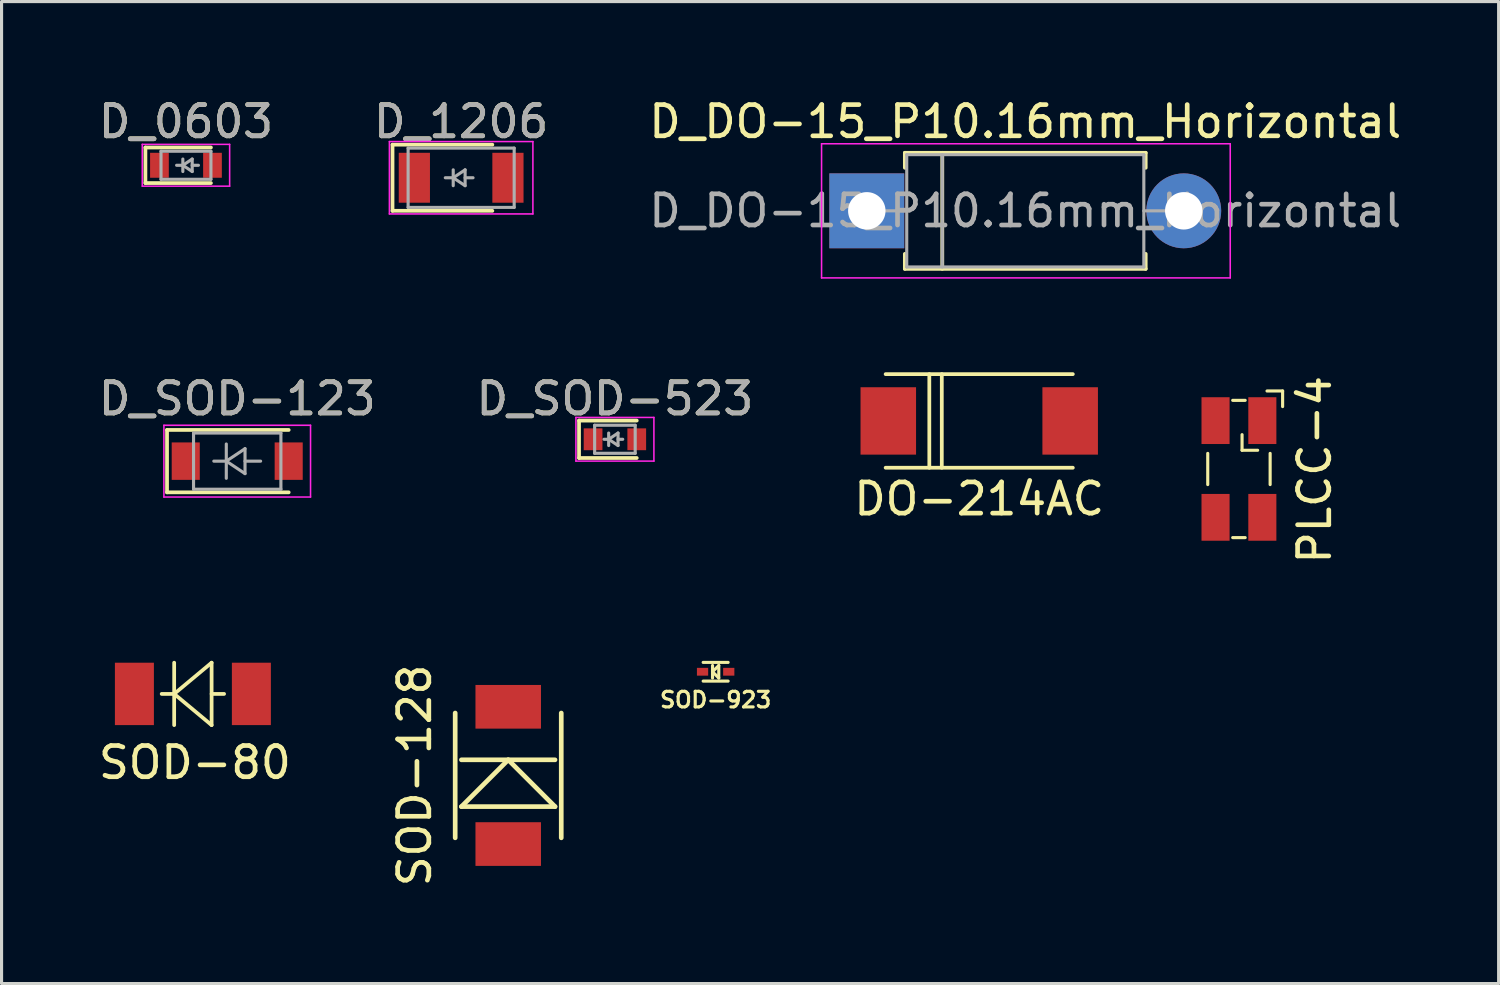
<source format=kicad_pcb>
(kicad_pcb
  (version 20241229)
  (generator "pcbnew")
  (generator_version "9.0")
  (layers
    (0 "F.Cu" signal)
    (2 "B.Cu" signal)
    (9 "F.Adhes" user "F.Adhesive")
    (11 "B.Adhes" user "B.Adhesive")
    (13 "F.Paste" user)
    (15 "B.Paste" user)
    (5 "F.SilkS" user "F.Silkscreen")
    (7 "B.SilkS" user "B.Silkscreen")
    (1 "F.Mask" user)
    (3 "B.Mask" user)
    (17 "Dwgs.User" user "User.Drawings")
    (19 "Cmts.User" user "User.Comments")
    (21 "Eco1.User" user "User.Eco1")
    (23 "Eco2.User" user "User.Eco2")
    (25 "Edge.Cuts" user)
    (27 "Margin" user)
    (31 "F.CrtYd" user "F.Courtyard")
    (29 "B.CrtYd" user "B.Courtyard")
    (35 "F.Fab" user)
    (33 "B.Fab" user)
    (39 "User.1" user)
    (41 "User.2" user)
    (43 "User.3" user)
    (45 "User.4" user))
  (footprint "DO-214AC"
    (layer "F.Cu")
    (at 28.339 10.443)
    (property "Reference" "DO-214AC" (at 0 2.5 0) (layer "F.SilkS") (effects (font (size 1 1) (thickness 0.15))))
    (attr smd)
    (fp_line (start -3 -1.5) (end 3 -1.5) (stroke (width 0.12) (type solid)) (layer "F.SilkS"))
    (fp_line (start -3 1.5) (end 3 1.5) (stroke (width 0.12) (type solid)) (layer "F.SilkS"))
    (fp_line (start -1.6 -1.5) (end -1.6 1.5) (stroke (width 0.12) (type solid)) (layer "F.SilkS"))
    (fp_line (start -1.2 1.5) (end -1.2 -1.5) (stroke (width 0.12) (type solid)) (layer "F.SilkS"))
    (pad "1" smd rect (at -2.915 0) (size 1.78 2.16) (layers "F.Cu" "F.Mask" "F.Paste"))
    (pad "2" smd rect (at 2.915 0) (size 1.78 2.16) (layers "F.Cu" "F.Mask" "F.Paste")))
  (footprint "SOD-80"
    (layer "F.Cu")
    (at 3.133 19.193)
    (property "Reference" "SOD-80" (at 0.064 2.2 0) (layer "F.SilkS") (effects (font (size 1 1) (thickness 0.15))))
    (attr through_hole)
    (fp_line (start -1 0) (end -0.6 0) (stroke (width 0.12) (type solid)) (layer "F.SilkS"))
    (fp_line (start -0.6 -1) (end -0.6 1) (stroke (width 0.12) (type solid)) (layer "F.SilkS"))
    (fp_line (start -0.6 0) (end 0.6 -1) (stroke (width 0.12) (type solid)) (layer "F.SilkS"))
    (fp_line (start 0.6 -1) (end 0.6 1) (stroke (width 0.12) (type solid)) (layer "F.SilkS"))
    (fp_line (start 0.6 0) (end 1 0) (stroke (width 0.12) (type solid)) (layer "F.SilkS"))
    (fp_line (start 0.6 1) (end -0.6 0) (stroke (width 0.12) (type solid)) (layer "F.SilkS"))
    (pad "1" smd rect (at -1.875 0) (size 1.25 2) (layers "F.Cu" "F.Mask" "F.Paste"))
    (pad "2" smd rect (at 1.875 0) (size 1.25 2) (layers "F.Cu" "F.Mask" "F.Paste")))
  (footprint "D_1206"
    (layer "F.Cu")
    (at 11.732 2.648)
    (property "Reference" "D_1206" (at 0 -1.8 0) (layer "F.SilkS") (effects (font (size 1 1) (thickness 0.15))))
    (attr smd)
    (fp_line (start -2.2 -1.06) (end -2.2 1.06) (stroke (width 0.12) (type solid)) (layer "F.SilkS"))
    (fp_line (start -2.2 1.06) (end 1 1.06) (stroke (width 0.12) (type solid)) (layer "F.SilkS"))
    (fp_line (start 1 -1.06) (end -2.2 -1.06) (stroke (width 0.12) (type solid)) (layer "F.SilkS"))
    (fp_line (start -2.3 -1.16) (end -2.3 1.16) (stroke (width 0.05) (type solid)) (layer "F.CrtYd"))
    (fp_line (start -2.3 -1.16) (end 2.3 -1.16) (stroke (width 0.05) (type solid)) (layer "F.CrtYd"))
    (fp_line (start -2.3 1.16) (end 2.3 1.16) (stroke (width 0.05) (type solid)) (layer "F.CrtYd"))
    (fp_line (start 2.3 -1.16) (end 2.3 1.16) (stroke (width 0.05) (type solid)) (layer "F.CrtYd"))
    (fp_line (start -1.7 -0.95) (end 1.7 -0.95) (stroke (width 0.1) (type solid)) (layer "F.Fab"))
    (fp_line (start -1.7 0.95) (end -1.7 -0.95) (stroke (width 0.1) (type solid)) (layer "F.Fab"))
    (fp_line (start -0.254 -0.254) (end -0.254 0.254) (stroke (width 0.1) (type solid)) (layer "F.Fab"))
    (fp_line (start -0.254 0) (end -0.508 0) (stroke (width 0.1) (type solid)) (layer "F.Fab"))
    (fp_line (start -0.254 0) (end 0.127 -0.254) (stroke (width 0.1) (type solid)) (layer "F.Fab"))
    (fp_line (start 0.127 -0.254) (end 0.127 0.254) (stroke (width 0.1) (type solid)) (layer "F.Fab"))
    (fp_line (start 0.127 0) (end 0.381 0) (stroke (width 0.1) (type solid)) (layer "F.Fab"))
    (fp_line (start 0.127 0.254) (end -0.254 0) (stroke (width 0.1) (type solid)) (layer "F.Fab"))
    (fp_line (start 1.7 -0.95) (end 1.7 0.95) (stroke (width 0.1) (type solid)) (layer "F.Fab"))
    (fp_line (start 1.7 0.95) (end -1.7 0.95) (stroke (width 0.1) (type solid)) (layer "F.Fab"))
    (fp_text user "${REFERENCE}" (at 0 -1.8 0) (layer "F.Fab") (effects (font (size 1 1) (thickness 0.15))))
    (pad "1" smd rect (at -1.5 0) (size 1 1.6) (layers "F.Cu" "F.Mask" "F.Paste"))
    (pad "2" smd rect (at 1.5 0) (size 1 1.6) (layers "F.Cu" "F.Mask" "F.Paste")))
  (footprint "D_SOD-523"
    (layer "F.Cu")
    (at 16.661 11.031)
    (property "Reference" "D_SOD-523" (at 0 -1.3 0) (layer "F.SilkS") (effects (font (size 1 1) (thickness 0.15))))
    (attr smd)
    (fp_line (start -1.15 -0.6) (end -1.15 0.6) (stroke (width 0.12) (type solid)) (layer "F.SilkS"))
    (fp_line (start 0.7 -0.6) (end -1.15 -0.6) (stroke (width 0.12) (type solid)) (layer "F.SilkS"))
    (fp_line (start 0.7 0.6) (end -1.15 0.6) (stroke (width 0.12) (type solid)) (layer "F.SilkS"))
    (fp_line (start -1.25 -0.7) (end 1.25 -0.7) (stroke (width 0.05) (type solid)) (layer "F.CrtYd"))
    (fp_line (start -1.25 0.7) (end -1.25 -0.7) (stroke (width 0.05) (type solid)) (layer "F.CrtYd"))
    (fp_line (start 1.25 -0.7) (end 1.25 0.7) (stroke (width 0.05) (type solid)) (layer "F.CrtYd"))
    (fp_line (start 1.25 0.7) (end -1.25 0.7) (stroke (width 0.05) (type solid)) (layer "F.CrtYd"))
    (fp_line (start -0.65 -0.45) (end 0.65 -0.45) (stroke (width 0.1) (type solid)) (layer "F.Fab"))
    (fp_line (start -0.65 0.45) (end -0.65 -0.45) (stroke (width 0.1) (type solid)) (layer "F.Fab"))
    (fp_line (start -0.2 0) (end -0.35 0) (stroke (width 0.1) (type solid)) (layer "F.Fab"))
    (fp_line (start -0.2 0) (end 0.1 0.2) (stroke (width 0.1) (type solid)) (layer "F.Fab"))
    (fp_line (start -0.2 0.2) (end -0.2 -0.2) (stroke (width 0.1) (type solid)) (layer "F.Fab"))
    (fp_line (start 0.1 -0.2) (end -0.2 0) (stroke (width 0.1) (type solid)) (layer "F.Fab"))
    (fp_line (start 0.1 0) (end 0.25 0) (stroke (width 0.1) (type solid)) (layer "F.Fab"))
    (fp_line (start 0.1 0.2) (end 0.1 -0.2) (stroke (width 0.1) (type solid)) (layer "F.Fab"))
    (fp_line (start 0.65 -0.45) (end 0.65 0.45) (stroke (width 0.1) (type solid)) (layer "F.Fab"))
    (fp_line (start 0.65 0.45) (end -0.65 0.45) (stroke (width 0.1) (type solid)) (layer "F.Fab"))
    (fp_text user "${REFERENCE}" (at 0 -1.3 0) (layer "F.Fab") (effects (font (size 1 1) (thickness 0.15))))
    (pad "1" smd rect (at -0.7 0 180) (size 0.6 0.7) (layers "F.Cu" "F.Mask" "F.Paste"))
    (pad "2" smd rect (at 0.7 0 180) (size 0.6 0.7) (layers "F.Cu" "F.Mask" "F.Paste")))
  (footprint "D_DO-15_P10.16mm_Horizontal"
    (layer "F.Cu")
    (at 24.735 3.708)
    (property "Reference" "D_DO-15_P10.16mm_Horizontal" (at 5.08 -2.86 0) (layer "F.SilkS") (effects (font (size 1 1) (thickness 0.15))))
    (attr through_hole)
    (fp_line (start 1.22 -1.86) (end 8.94 -1.86) (stroke (width 0.12) (type solid)) (layer "F.SilkS"))
    (fp_line (start 1.22 -1.38) (end 1.22 -1.86) (stroke (width 0.12) (type solid)) (layer "F.SilkS"))
    (fp_line (start 1.22 1.38) (end 1.22 1.86) (stroke (width 0.12) (type solid)) (layer "F.SilkS"))
    (fp_line (start 1.22 1.86) (end 8.94 1.86) (stroke (width 0.12) (type solid)) (layer "F.SilkS"))
    (fp_line (start 2.42 -1.86) (end 2.42 1.86) (stroke (width 0.12) (type solid)) (layer "F.SilkS"))
    (fp_line (start 8.94 -1.86) (end 8.94 -1.38) (stroke (width 0.12) (type solid)) (layer "F.SilkS"))
    (fp_line (start 8.94 1.86) (end 8.94 1.38) (stroke (width 0.12) (type solid)) (layer "F.SilkS"))
    (fp_line (start -1.45 -2.15) (end -1.45 2.15) (stroke (width 0.05) (type solid)) (layer "F.CrtYd"))
    (fp_line (start -1.45 2.15) (end 11.65 2.15) (stroke (width 0.05) (type solid)) (layer "F.CrtYd"))
    (fp_line (start 11.65 -2.15) (end -1.45 -2.15) (stroke (width 0.05) (type solid)) (layer "F.CrtYd"))
    (fp_line (start 11.65 2.15) (end 11.65 -2.15) (stroke (width 0.05) (type solid)) (layer "F.CrtYd"))
    (fp_line (start 0 0) (end 1.28 0) (stroke (width 0.1) (type solid)) (layer "F.Fab"))
    (fp_line (start 1.28 -1.8) (end 1.28 1.8) (stroke (width 0.1) (type solid)) (layer "F.Fab"))
    (fp_line (start 1.28 1.8) (end 8.88 1.8) (stroke (width 0.1) (type solid)) (layer "F.Fab"))
    (fp_line (start 2.42 -1.8) (end 2.42 1.8) (stroke (width 0.1) (type solid)) (layer "F.Fab"))
    (fp_line (start 8.88 -1.8) (end 1.28 -1.8) (stroke (width 0.1) (type solid)) (layer "F.Fab"))
    (fp_line (start 8.88 1.8) (end 8.88 -1.8) (stroke (width 0.1) (type solid)) (layer "F.Fab"))
    (fp_line (start 10.16 0) (end 8.88 0) (stroke (width 0.1) (type solid)) (layer "F.Fab"))
    (fp_text user "${REFERENCE}" (at 5.08 0 0) (layer "F.Fab") (effects (font (size 1 1) (thickness 0.15))))
    (pad "1" thru_hole rect (at 0 0) (size 2.4 2.4) (drill 1.2) (layers "*.Cu" "*.Mask"))
    (pad "2" thru_hole oval (at 10.16 0) (size 2.4 2.4) (drill 1.2) (layers "*.Cu" "*.Mask")))
  (footprint "SOD-128"
    (layer "F.Cu")
    (at 13.241 21.806)
    (property "Reference" "SOD-128" (at -3 0 270) (layer "F.SilkS") (effects (font (size 1 1) (thickness 0.15))))
    (attr smd)
    (fp_line (start -1.7 -2) (end -1.7 2) (stroke (width 0.15) (type solid)) (layer "F.SilkS"))
    (fp_line (start -1.5 -0.5) (end 1.5 -0.5) (stroke (width 0.15) (type solid)) (layer "F.SilkS"))
    (fp_line (start -1.5 1) (end 0 -0.5) (stroke (width 0.15) (type solid)) (layer "F.SilkS"))
    (fp_line (start 0 -0.5) (end 1.5 1) (stroke (width 0.15) (type solid)) (layer "F.SilkS"))
    (fp_line (start 1.5 1) (end -1.5 1) (stroke (width 0.15) (type solid)) (layer "F.SilkS"))
    (fp_line (start 1.7 -2) (end 1.7 2) (stroke (width 0.15) (type solid)) (layer "F.SilkS"))
    (pad "1" smd rect (at 0 -2.2 270) (size 1.4 2.1) (layers "F.Cu" "F.Mask" "F.Paste"))
    (pad "2" smd rect (at 0 2.2 270) (size 1.4 2.1) (layers "F.Cu" "F.Mask" "F.Paste")))
  (footprint "SOD-923"
    (layer "F.Cu")
    (at 19.89 18.483)
    (property "Reference" "SOD-923" (at 0 0.9 0) (layer "F.SilkS") (effects (font (size 0.5 0.5) (thickness 0.1))))
    (attr through_hole)
    (fp_line (start -0.4 0.3) (end 0.4 0.3) (stroke (width 0.1) (type solid)) (layer "F.SilkS"))
    (fp_line (start -0.1 -0.2) (end -0.1 0.2) (stroke (width 0.1) (type solid)) (layer "F.SilkS"))
    (fp_line (start -0.1 0) (end 0.1 0.2) (stroke (width 0.1) (type solid)) (layer "F.SilkS"))
    (fp_line (start 0.1 -0.2) (end -0.1 0) (stroke (width 0.1) (type solid)) (layer "F.SilkS"))
    (fp_line (start 0.1 0.2) (end 0.1 -0.2) (stroke (width 0.1) (type solid)) (layer "F.SilkS"))
    (fp_line (start 0.4 -0.3) (end -0.4 -0.3) (stroke (width 0.1) (type solid)) (layer "F.SilkS"))
    (pad "1" smd rect (at -0.42 0) (size 0.36 0.25) (layers "F.Cu" "F.Mask" "F.Paste"))
    (pad "2" smd rect (at 0.42 0) (size 0.36 0.25) (layers "F.Cu" "F.Mask" "F.Paste")))
  (footprint "D_SOD-123"
    (layer "F.Cu")
    (at 4.554 11.732)
    (property "Reference" "D_SOD-123" (at 0 -2 0) (layer "F.SilkS") (effects (font (size 1 1) (thickness 0.15))))
    (attr smd)
    (fp_line (start -2.25 -1) (end -2.25 1) (stroke (width 0.12) (type solid)) (layer "F.SilkS"))
    (fp_line (start -2.25 -1) (end 1.65 -1) (stroke (width 0.12) (type solid)) (layer "F.SilkS"))
    (fp_line (start -2.25 1) (end 1.65 1) (stroke (width 0.12) (type solid)) (layer "F.SilkS"))
    (fp_line (start -2.35 -1.15) (end -2.35 1.15) (stroke (width 0.05) (type solid)) (layer "F.CrtYd"))
    (fp_line (start -2.35 -1.15) (end 2.35 -1.15) (stroke (width 0.05) (type solid)) (layer "F.CrtYd"))
    (fp_line (start 2.35 -1.15) (end 2.35 1.15) (stroke (width 0.05) (type solid)) (layer "F.CrtYd"))
    (fp_line (start 2.35 1.15) (end -2.35 1.15) (stroke (width 0.05) (type solid)) (layer "F.CrtYd"))
    (fp_line (start -1.4 -0.9) (end 1.4 -0.9) (stroke (width 0.1) (type solid)) (layer "F.Fab"))
    (fp_line (start -1.4 0.9) (end -1.4 -0.9) (stroke (width 0.1) (type solid)) (layer "F.Fab"))
    (fp_line (start -0.75 0) (end -0.35 0) (stroke (width 0.1) (type solid)) (layer "F.Fab"))
    (fp_line (start -0.35 0) (end -0.35 -0.55) (stroke (width 0.1) (type solid)) (layer "F.Fab"))
    (fp_line (start -0.35 0) (end -0.35 0.55) (stroke (width 0.1) (type solid)) (layer "F.Fab"))
    (fp_line (start -0.35 0) (end 0.25 -0.4) (stroke (width 0.1) (type solid)) (layer "F.Fab"))
    (fp_line (start 0.25 -0.4) (end 0.25 0.4) (stroke (width 0.1) (type solid)) (layer "F.Fab"))
    (fp_line (start 0.25 0) (end 0.75 0) (stroke (width 0.1) (type solid)) (layer "F.Fab"))
    (fp_line (start 0.25 0.4) (end -0.35 0) (stroke (width 0.1) (type solid)) (layer "F.Fab"))
    (fp_line (start 1.4 -0.9) (end 1.4 0.9) (stroke (width 0.1) (type solid)) (layer "F.Fab"))
    (fp_line (start 1.4 0.9) (end -1.4 0.9) (stroke (width 0.1) (type solid)) (layer "F.Fab"))
    (fp_text user "${REFERENCE}" (at 0 -2 0) (layer "F.Fab") (effects (font (size 1 1) (thickness 0.15))))
    (pad "1" smd rect (at -1.65 0) (size 0.9 1.2) (layers "F.Cu" "F.Mask" "F.Paste"))
    (pad "2" smd rect (at 1.65 0) (size 0.9 1.2) (layers "F.Cu" "F.Mask" "F.Paste")))
  (footprint "D_0603"
    (layer "F.Cu")
    (at 2.911 2.248)
    (property "Reference" "D_0603" (at 0 -1.4 0) (layer "F.SilkS") (effects (font (size 1 1) (thickness 0.15))))
    (attr smd)
    (fp_line (start -1.3 -0.57) (end -1.3 0.57) (stroke (width 0.12) (type solid)) (layer "F.SilkS"))
    (fp_line (start -1.3 -0.57) (end 0.8 -0.57) (stroke (width 0.12) (type solid)) (layer "F.SilkS"))
    (fp_line (start -1.3 0.57) (end 0.8 0.57) (stroke (width 0.12) (type solid)) (layer "F.SilkS"))
    (fp_line (start -1.4 -0.67) (end -1.4 0.67) (stroke (width 0.05) (type solid)) (layer "F.CrtYd"))
    (fp_line (start -1.4 0.67) (end 1.4 0.67) (stroke (width 0.05) (type solid)) (layer "F.CrtYd"))
    (fp_line (start 1.4 -0.67) (end -1.4 -0.67) (stroke (width 0.05) (type solid)) (layer "F.CrtYd"))
    (fp_line (start 1.4 0.67) (end 1.4 -0.67) (stroke (width 0.05) (type solid)) (layer "F.CrtYd"))
    (fp_line (start -0.8 -0.45) (end 0.8 -0.45) (stroke (width 0.1) (type solid)) (layer "F.Fab"))
    (fp_line (start -0.8 0.45) (end -0.8 -0.45) (stroke (width 0.1) (type solid)) (layer "F.Fab"))
    (fp_line (start -0.1 -0.2) (end -0.1 0.2) (stroke (width 0.1) (type solid)) (layer "F.Fab"))
    (fp_line (start -0.1 0) (end -0.3 0) (stroke (width 0.1) (type solid)) (layer "F.Fab"))
    (fp_line (start -0.1 0) (end 0.2 0.2) (stroke (width 0.1) (type solid)) (layer "F.Fab"))
    (fp_line (start 0.2 -0.2) (end -0.1 0) (stroke (width 0.1) (type solid)) (layer "F.Fab"))
    (fp_line (start 0.2 0) (end 0.4 0) (stroke (width 0.1) (type solid)) (layer "F.Fab"))
    (fp_line (start 0.2 0.2) (end 0.2 -0.2) (stroke (width 0.1) (type solid)) (layer "F.Fab"))
    (fp_line (start 0.8 -0.45) (end 0.8 0.45) (stroke (width 0.1) (type solid)) (layer "F.Fab"))
    (fp_line (start 0.8 0.45) (end -0.8 0.45) (stroke (width 0.1) (type solid)) (layer "F.Fab"))
    (fp_text user "${REFERENCE}" (at 0 -1.4 0) (layer "F.Fab") (effects (font (size 1 1) (thickness 0.15))))
    (pad "1" smd rect (at -0.85 0) (size 0.6 0.8) (layers "F.Cu" "F.Mask" "F.Paste"))
    (pad "2" smd rect (at 0.85 0) (size 0.6 0.8) (layers "F.Cu" "F.Mask" "F.Paste")))
  (footprint "PLCC-4"
    (layer "F.Cu")
    (at 36.664 11.983)
    (property "Reference" "PLCC-4" (at 2.425 0.025 90) (layer "F.SilkS") (effects (font (size 1 1) (thickness 0.15))))
    (attr smd)
    (fp_line (start -1 0.5) (end -1 -0.5) (stroke (width 0.1) (type solid)) (layer "F.SilkS"))
    (fp_line (start -0.2 -2.2) (end 0.2 -2.2) (stroke (width 0.1) (type solid)) (layer "F.SilkS"))
    (fp_line (start -0.2 2.2) (end 0.2 2.2) (stroke (width 0.1) (type solid)) (layer "F.SilkS"))
    (fp_line (start 0.1 -0.6) (end 0.1 -1.1) (stroke (width 0.1) (type solid)) (layer "F.SilkS"))
    (fp_line (start 0.6 -0.6) (end 0.1 -0.6) (stroke (width 0.1) (type solid)) (layer "F.SilkS"))
    (fp_line (start 0.9 -2.5) (end 1.4 -2.5) (stroke (width 0.1) (type solid)) (layer "F.SilkS"))
    (fp_line (start 1 0.5) (end 1 -0.5) (stroke (width 0.1) (type solid)) (layer "F.SilkS"))
    (fp_line (start 1.4 -2.5) (end 1.4 -2) (stroke (width 0.1) (type solid)) (layer "F.SilkS"))
    (pad "1" smd rect (at 0.75 -1.55) (size 0.9 1.5) (layers "F.Cu" "F.Mask" "F.Paste"))
    (pad "2" smd rect (at -0.75 -1.55) (size 0.9 1.5) (layers "F.Cu" "F.Mask" "F.Paste"))
    (pad "3" smd rect (at -0.75 1.55) (size 0.9 1.5) (layers "F.Cu" "F.Mask" "F.Paste"))
    (pad "4" smd rect (at 0.75 1.55) (size 0.9 1.5) (layers "F.Cu" "F.Mask" "F.Paste")))
  (gr_rect
    (start -3 -3)
    (end 44.988 28.478)
    (stroke (width 0.1) (type default))
    (fill no)
    (layer "Edge.Cuts")))
</source>
